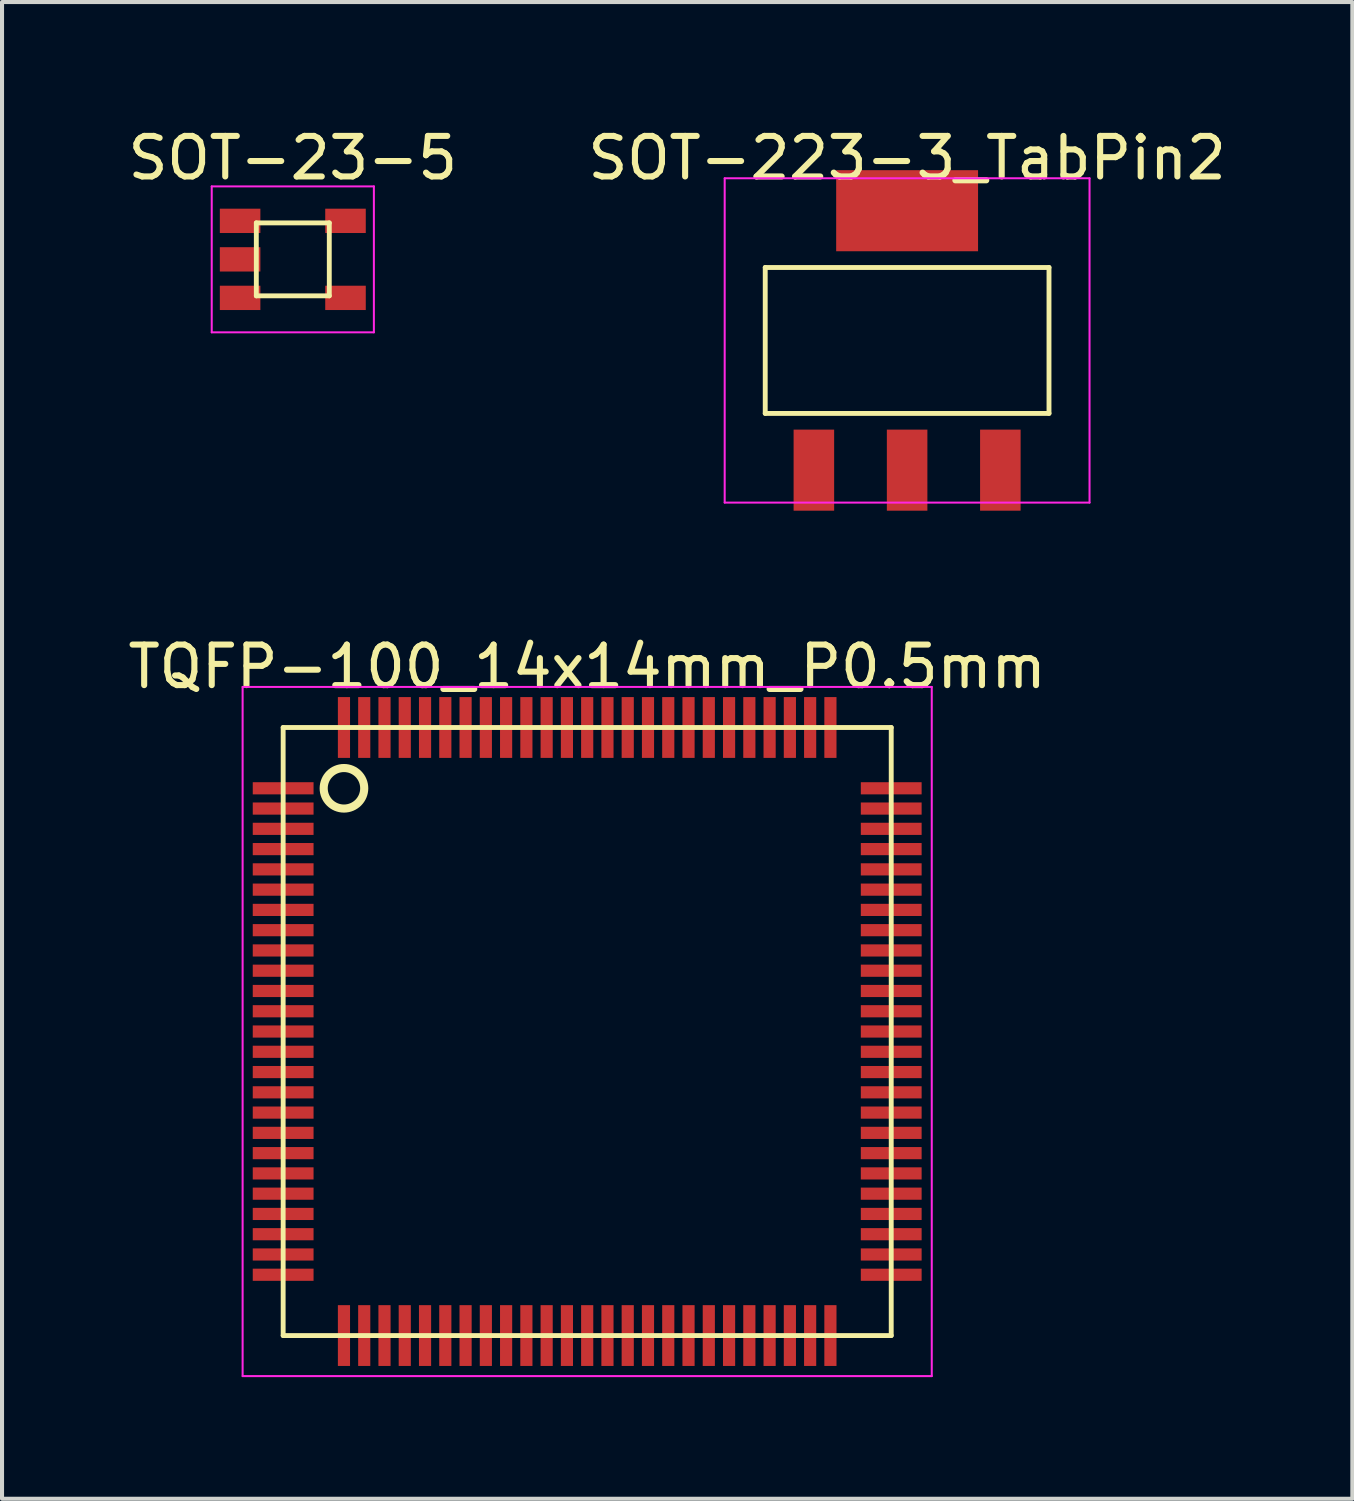
<source format=kicad_pcb>
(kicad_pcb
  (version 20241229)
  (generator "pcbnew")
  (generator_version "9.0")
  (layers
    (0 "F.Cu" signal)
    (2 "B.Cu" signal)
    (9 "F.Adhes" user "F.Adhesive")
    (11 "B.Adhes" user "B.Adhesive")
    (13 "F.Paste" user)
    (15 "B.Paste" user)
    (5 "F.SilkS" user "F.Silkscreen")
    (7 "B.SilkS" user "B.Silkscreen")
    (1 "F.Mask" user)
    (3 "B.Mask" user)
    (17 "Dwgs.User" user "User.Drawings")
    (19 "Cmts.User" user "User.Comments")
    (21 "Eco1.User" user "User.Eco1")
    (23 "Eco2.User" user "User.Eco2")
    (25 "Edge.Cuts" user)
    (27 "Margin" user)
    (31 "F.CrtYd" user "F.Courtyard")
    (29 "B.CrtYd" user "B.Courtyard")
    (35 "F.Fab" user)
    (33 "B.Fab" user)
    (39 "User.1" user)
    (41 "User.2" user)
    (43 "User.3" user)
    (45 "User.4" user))
  (footprint "SOT-223-3_TabPin2"
    (layer "F.Cu")
    (at 19.327 5.348)
    (property "Reference" "SOT-223-3_TabPin2" (at 0 -4.5 0) (layer "F.SilkS") (effects (font (size 1 1) (thickness 0.15))))
    (attr smd)
    (fp_line (start -3.5 -1.8) (end -3.5 1.8) (stroke (width 0.12) (type solid)) (layer "F.SilkS"))
    (fp_line (start -3.5 1.8) (end 3.5 1.8) (stroke (width 0.12) (type solid)) (layer "F.SilkS"))
    (fp_line (start 3.5 -1.8) (end -3.5 -1.8) (stroke (width 0.12) (type solid)) (layer "F.SilkS"))
    (fp_line (start 3.5 1.8) (end 3.5 -1.8) (stroke (width 0.12) (type solid)) (layer "F.SilkS"))
    (fp_line (start -4.5 -4) (end -4.5 4) (stroke (width 0.05) (type solid)) (layer "F.CrtYd"))
    (fp_line (start -4.5 4) (end 4.5 4) (stroke (width 0.05) (type solid)) (layer "F.CrtYd"))
    (fp_line (start 4.5 -4) (end -4.5 -4) (stroke (width 0.05) (type solid)) (layer "F.CrtYd"))
    (fp_line (start 4.5 4) (end 4.5 -4) (stroke (width 0.05) (type solid)) (layer "F.CrtYd"))
    (pad "1" smd rect (at -2.3 3.2) (size 1 2) (layers "F.Cu" "F.Mask" "F.Paste"))
    (pad "2" smd rect (at 0 -3.2) (size 3.5 2) (layers "F.Cu" "F.Mask" "F.Paste"))
    (pad "2" smd rect (at 0 3.2) (size 1 2) (layers "F.Cu" "F.Mask" "F.Paste"))
    (pad "3" smd rect (at 2.3 3.2) (size 1 2) (layers "F.Cu" "F.Mask" "F.Paste")))
  (footprint "TQFP-100_14x14mm_P0.5mm"
    (layer "F.Cu")
    (at 11.435 22.396)
    (property "Reference" "TQFP-100_14x14mm_P0.5mm" (at 0 -9 0) (layer "F.SilkS") (effects (font (size 1 1) (thickness 0.15))))
    (attr smd)
    (fp_line (start -7.5 -7.5) (end -7.5 7.5) (stroke (width 0.12) (type solid)) (layer "F.SilkS"))
    (fp_line (start -7.5 7.5) (end 7.5 7.5) (stroke (width 0.12) (type solid)) (layer "F.SilkS"))
    (fp_line (start 7.5 -7.5) (end -7.5 -7.5) (stroke (width 0.12) (type solid)) (layer "F.SilkS"))
    (fp_line (start 7.5 7.5) (end 7.5 -7.5) (stroke (width 0.12) (type solid)) (layer "F.SilkS"))
    (fp_circle (center -6 -6) (end -5.5 -6) (stroke (width 0.2) (type solid)) (fill no) (layer "F.SilkS"))
    (fp_line (start -8.5 -8.5) (end -8.5 8.5) (stroke (width 0.05) (type solid)) (layer "F.CrtYd"))
    (fp_line (start -8.5 8.5) (end 8.5 8.5) (stroke (width 0.05) (type solid)) (layer "F.CrtYd"))
    (fp_line (start 8.5 -8.5) (end -8.5 -8.5) (stroke (width 0.05) (type solid)) (layer "F.CrtYd"))
    (fp_line (start 8.5 8.5) (end 8.5 -8.5) (stroke (width 0.05) (type solid)) (layer "F.CrtYd"))
    (pad "1" smd rect (at -7.5 -6) (size 1.5 0.3) (layers "F.Cu" "F.Mask" "F.Paste"))
    (pad "2" smd rect (at -7.5 -5.5) (size 1.5 0.3) (layers "F.Cu" "F.Mask" "F.Paste"))
    (pad "3" smd rect (at -7.5 -5) (size 1.5 0.3) (layers "F.Cu" "F.Mask" "F.Paste"))
    (pad "4" smd rect (at -7.5 -4.5) (size 1.5 0.3) (layers "F.Cu" "F.Mask" "F.Paste"))
    (pad "5" smd rect (at -7.5 -4) (size 1.5 0.3) (layers "F.Cu" "F.Mask" "F.Paste"))
    (pad "6" smd rect (at -7.5 -3.5) (size 1.5 0.3) (layers "F.Cu" "F.Mask" "F.Paste"))
    (pad "7" smd rect (at -7.5 -3) (size 1.5 0.3) (layers "F.Cu" "F.Mask" "F.Paste"))
    (pad "8" smd rect (at -7.5 -2.5) (size 1.5 0.3) (layers "F.Cu" "F.Mask" "F.Paste"))
    (pad "9" smd rect (at -7.5 -2) (size 1.5 0.3) (layers "F.Cu" "F.Mask" "F.Paste"))
    (pad "10" smd rect (at -7.5 -1.5) (size 1.5 0.3) (layers "F.Cu" "F.Mask" "F.Paste"))
    (pad "11" smd rect (at -7.5 -1) (size 1.5 0.3) (layers "F.Cu" "F.Mask" "F.Paste"))
    (pad "12" smd rect (at -7.5 -0.5) (size 1.5 0.3) (layers "F.Cu" "F.Mask" "F.Paste"))
    (pad "13" smd rect (at -7.5 0) (size 1.5 0.3) (layers "F.Cu" "F.Mask" "F.Paste"))
    (pad "14" smd rect (at -7.5 0.5) (size 1.5 0.3) (layers "F.Cu" "F.Mask" "F.Paste"))
    (pad "15" smd rect (at -7.5 1) (size 1.5 0.3) (layers "F.Cu" "F.Mask" "F.Paste"))
    (pad "16" smd rect (at -7.5 1.5) (size 1.5 0.3) (layers "F.Cu" "F.Mask" "F.Paste"))
    (pad "17" smd rect (at -7.5 2) (size 1.5 0.3) (layers "F.Cu" "F.Mask" "F.Paste"))
    (pad "18" smd rect (at -7.5 2.5) (size 1.5 0.3) (layers "F.Cu" "F.Mask" "F.Paste"))
    (pad "19" smd rect (at -7.5 3) (size 1.5 0.3) (layers "F.Cu" "F.Mask" "F.Paste"))
    (pad "20" smd rect (at -7.5 3.5) (size 1.5 0.3) (layers "F.Cu" "F.Mask" "F.Paste"))
    (pad "21" smd rect (at -7.5 4) (size 1.5 0.3) (layers "F.Cu" "F.Mask" "F.Paste"))
    (pad "22" smd rect (at -7.5 4.5) (size 1.5 0.3) (layers "F.Cu" "F.Mask" "F.Paste"))
    (pad "23" smd rect (at -7.5 5) (size 1.5 0.3) (layers "F.Cu" "F.Mask" "F.Paste"))
    (pad "24" smd rect (at -7.5 5.5) (size 1.5 0.3) (layers "F.Cu" "F.Mask" "F.Paste"))
    (pad "25" smd rect (at -7.5 6) (size 1.5 0.3) (layers "F.Cu" "F.Mask" "F.Paste"))
    (pad "26" smd rect (at -6 7.5 90) (size 1.5 0.3) (layers "F.Cu" "F.Mask" "F.Paste"))
    (pad "27" smd rect (at -5.5 7.5 90) (size 1.5 0.3) (layers "F.Cu" "F.Mask" "F.Paste"))
    (pad "28" smd rect (at -5 7.5 90) (size 1.5 0.3) (layers "F.Cu" "F.Mask" "F.Paste"))
    (pad "29" smd rect (at -4.5 7.5 90) (size 1.5 0.3) (layers "F.Cu" "F.Mask" "F.Paste"))
    (pad "30" smd rect (at -4 7.5 90) (size 1.5 0.3) (layers "F.Cu" "F.Mask" "F.Paste"))
    (pad "31" smd rect (at -3.5 7.5 90) (size 1.5 0.3) (layers "F.Cu" "F.Mask" "F.Paste"))
    (pad "32" smd rect (at -3 7.5 90) (size 1.5 0.3) (layers "F.Cu" "F.Mask" "F.Paste"))
    (pad "33" smd rect (at -2.5 7.5 90) (size 1.5 0.3) (layers "F.Cu" "F.Mask" "F.Paste"))
    (pad "34" smd rect (at -2 7.5 90) (size 1.5 0.3) (layers "F.Cu" "F.Mask" "F.Paste"))
    (pad "35" smd rect (at -1.5 7.5 90) (size 1.5 0.3) (layers "F.Cu" "F.Mask" "F.Paste"))
    (pad "36" smd rect (at -1 7.5 90) (size 1.5 0.3) (layers "F.Cu" "F.Mask" "F.Paste"))
    (pad "37" smd rect (at -0.5 7.5 90) (size 1.5 0.3) (layers "F.Cu" "F.Mask" "F.Paste"))
    (pad "38" smd rect (at 0 7.5 90) (size 1.5 0.3) (layers "F.Cu" "F.Mask" "F.Paste"))
    (pad "39" smd rect (at 0.5 7.5 90) (size 1.5 0.3) (layers "F.Cu" "F.Mask" "F.Paste"))
    (pad "40" smd rect (at 1 7.5 90) (size 1.5 0.3) (layers "F.Cu" "F.Mask" "F.Paste"))
    (pad "41" smd rect (at 1.5 7.5 90) (size 1.5 0.3) (layers "F.Cu" "F.Mask" "F.Paste"))
    (pad "42" smd rect (at 2 7.5 90) (size 1.5 0.3) (layers "F.Cu" "F.Mask" "F.Paste"))
    (pad "43" smd rect (at 2.5 7.5 90) (size 1.5 0.3) (layers "F.Cu" "F.Mask" "F.Paste"))
    (pad "44" smd rect (at 3 7.5 90) (size 1.5 0.3) (layers "F.Cu" "F.Mask" "F.Paste"))
    (pad "45" smd rect (at 3.5 7.5 90) (size 1.5 0.3) (layers "F.Cu" "F.Mask" "F.Paste"))
    (pad "46" smd rect (at 4 7.5 90) (size 1.5 0.3) (layers "F.Cu" "F.Mask" "F.Paste"))
    (pad "47" smd rect (at 4.5 7.5 90) (size 1.5 0.3) (layers "F.Cu" "F.Mask" "F.Paste"))
    (pad "48" smd rect (at 5 7.5 90) (size 1.5 0.3) (layers "F.Cu" "F.Mask" "F.Paste"))
    (pad "49" smd rect (at 5.5 7.5 90) (size 1.5 0.3) (layers "F.Cu" "F.Mask" "F.Paste"))
    (pad "50" smd rect (at 6 7.5 90) (size 1.5 0.3) (layers "F.Cu" "F.Mask" "F.Paste"))
    (pad "51" smd rect (at 7.5 6) (size 1.5 0.3) (layers "F.Cu" "F.Mask" "F.Paste"))
    (pad "52" smd rect (at 7.5 5.5) (size 1.5 0.3) (layers "F.Cu" "F.Mask" "F.Paste"))
    (pad "53" smd rect (at 7.5 5) (size 1.5 0.3) (layers "F.Cu" "F.Mask" "F.Paste"))
    (pad "54" smd rect (at 7.5 4.5) (size 1.5 0.3) (layers "F.Cu" "F.Mask" "F.Paste"))
    (pad "55" smd rect (at 7.5 4) (size 1.5 0.3) (layers "F.Cu" "F.Mask" "F.Paste"))
    (pad "56" smd rect (at 7.5 3.5) (size 1.5 0.3) (layers "F.Cu" "F.Mask" "F.Paste"))
    (pad "57" smd rect (at 7.5 3) (size 1.5 0.3) (layers "F.Cu" "F.Mask" "F.Paste"))
    (pad "58" smd rect (at 7.5 2.5) (size 1.5 0.3) (layers "F.Cu" "F.Mask" "F.Paste"))
    (pad "59" smd rect (at 7.5 2) (size 1.5 0.3) (layers "F.Cu" "F.Mask" "F.Paste"))
    (pad "60" smd rect (at 7.5 1.5) (size 1.5 0.3) (layers "F.Cu" "F.Mask" "F.Paste"))
    (pad "61" smd rect (at 7.5 1) (size 1.5 0.3) (layers "F.Cu" "F.Mask" "F.Paste"))
    (pad "62" smd rect (at 7.5 0.5) (size 1.5 0.3) (layers "F.Cu" "F.Mask" "F.Paste"))
    (pad "63" smd rect (at 7.5 0) (size 1.5 0.3) (layers "F.Cu" "F.Mask" "F.Paste"))
    (pad "64" smd rect (at 7.5 -0.5) (size 1.5 0.3) (layers "F.Cu" "F.Mask" "F.Paste"))
    (pad "65" smd rect (at 7.5 -1) (size 1.5 0.3) (layers "F.Cu" "F.Mask" "F.Paste"))
    (pad "66" smd rect (at 7.5 -1.5) (size 1.5 0.3) (layers "F.Cu" "F.Mask" "F.Paste"))
    (pad "67" smd rect (at 7.5 -2) (size 1.5 0.3) (layers "F.Cu" "F.Mask" "F.Paste"))
    (pad "68" smd rect (at 7.5 -2.5) (size 1.5 0.3) (layers "F.Cu" "F.Mask" "F.Paste"))
    (pad "69" smd rect (at 7.5 -3) (size 1.5 0.3) (layers "F.Cu" "F.Mask" "F.Paste"))
    (pad "70" smd rect (at 7.5 -3.5) (size 1.5 0.3) (layers "F.Cu" "F.Mask" "F.Paste"))
    (pad "71" smd rect (at 7.5 -4) (size 1.5 0.3) (layers "F.Cu" "F.Mask" "F.Paste"))
    (pad "72" smd rect (at 7.5 -4.5) (size 1.5 0.3) (layers "F.Cu" "F.Mask" "F.Paste"))
    (pad "73" smd rect (at 7.5 -5) (size 1.5 0.3) (layers "F.Cu" "F.Mask" "F.Paste"))
    (pad "74" smd rect (at 7.5 -5.5) (size 1.5 0.3) (layers "F.Cu" "F.Mask" "F.Paste"))
    (pad "75" smd rect (at 7.5 -6) (size 1.5 0.3) (layers "F.Cu" "F.Mask" "F.Paste"))
    (pad "76" smd rect (at 6 -7.5 90) (size 1.5 0.3) (layers "F.Cu" "F.Mask" "F.Paste"))
    (pad "77" smd rect (at 5.5 -7.5 90) (size 1.5 0.3) (layers "F.Cu" "F.Mask" "F.Paste"))
    (pad "78" smd rect (at 5 -7.5 90) (size 1.5 0.3) (layers "F.Cu" "F.Mask" "F.Paste"))
    (pad "79" smd rect (at 4.5 -7.5 90) (size 1.5 0.3) (layers "F.Cu" "F.Mask" "F.Paste"))
    (pad "80" smd rect (at 4 -7.5 90) (size 1.5 0.3) (layers "F.Cu" "F.Mask" "F.Paste"))
    (pad "81" smd rect (at 3.5 -7.5 90) (size 1.5 0.3) (layers "F.Cu" "F.Mask" "F.Paste"))
    (pad "82" smd rect (at 3 -7.5 90) (size 1.5 0.3) (layers "F.Cu" "F.Mask" "F.Paste"))
    (pad "83" smd rect (at 2.5 -7.5 90) (size 1.5 0.3) (layers "F.Cu" "F.Mask" "F.Paste"))
    (pad "84" smd rect (at 2 -7.5 90) (size 1.5 0.3) (layers "F.Cu" "F.Mask" "F.Paste"))
    (pad "85" smd rect (at 1.5 -7.5 90) (size 1.5 0.3) (layers "F.Cu" "F.Mask" "F.Paste"))
    (pad "86" smd rect (at 1 -7.5 90) (size 1.5 0.3) (layers "F.Cu" "F.Mask" "F.Paste"))
    (pad "87" smd rect (at 0.5 -7.5 90) (size 1.5 0.3) (layers "F.Cu" "F.Mask" "F.Paste"))
    (pad "88" smd rect (at 0 -7.5 90) (size 1.5 0.3) (layers "F.Cu" "F.Mask" "F.Paste"))
    (pad "89" smd rect (at -0.5 -7.5 90) (size 1.5 0.3) (layers "F.Cu" "F.Mask" "F.Paste"))
    (pad "90" smd rect (at -1 -7.5 90) (size 1.5 0.3) (layers "F.Cu" "F.Mask" "F.Paste"))
    (pad "91" smd rect (at -1.5 -7.5 90) (size 1.5 0.3) (layers "F.Cu" "F.Mask" "F.Paste"))
    (pad "92" smd rect (at -2 -7.5 90) (size 1.5 0.3) (layers "F.Cu" "F.Mask" "F.Paste"))
    (pad "93" smd rect (at -2.5 -7.5 90) (size 1.5 0.3) (layers "F.Cu" "F.Mask" "F.Paste"))
    (pad "94" smd rect (at -3 -7.5 90) (size 1.5 0.3) (layers "F.Cu" "F.Mask" "F.Paste"))
    (pad "95" smd rect (at -3.5 -7.5 90) (size 1.5 0.3) (layers "F.Cu" "F.Mask" "F.Paste"))
    (pad "96" smd rect (at -4 -7.5 90) (size 1.5 0.3) (layers "F.Cu" "F.Mask" "F.Paste"))
    (pad "97" smd rect (at -4.5 -7.5 90) (size 1.5 0.3) (layers "F.Cu" "F.Mask" "F.Paste"))
    (pad "98" smd rect (at -5 -7.5 90) (size 1.5 0.3) (layers "F.Cu" "F.Mask" "F.Paste"))
    (pad "99" smd rect (at -5.5 -7.5 90) (size 1.5 0.3) (layers "F.Cu" "F.Mask" "F.Paste"))
    (pad "100" smd rect (at -6 -7.5 90) (size 1.5 0.3) (layers "F.Cu" "F.Mask" "F.Paste")))
  (footprint "SOT-23-5"
    (layer "F.Cu")
    (at 4.173 3.348)
    (property "Reference" "SOT-23-5" (at 0 -2.5 0) (layer "F.SilkS") (effects (font (size 1 1) (thickness 0.15))))
    (attr smd)
    (fp_line (start -0.9 -0.9) (end -0.9 0.9) (stroke (width 0.12) (type solid)) (layer "F.SilkS"))
    (fp_line (start -0.9 0.9) (end 0.9 0.9) (stroke (width 0.12) (type solid)) (layer "F.SilkS"))
    (fp_line (start 0.9 -0.9) (end -0.9 -0.9) (stroke (width 0.12) (type solid)) (layer "F.SilkS"))
    (fp_line (start 0.9 0.9) (end 0.9 -0.9) (stroke (width 0.12) (type solid)) (layer "F.SilkS"))
    (fp_line (start -2 -1.8) (end -2 1.8) (stroke (width 0.05) (type solid)) (layer "F.CrtYd"))
    (fp_line (start -2 1.8) (end 2 1.8) (stroke (width 0.05) (type solid)) (layer "F.CrtYd"))
    (fp_line (start 2 -1.8) (end -2 -1.8) (stroke (width 0.05) (type solid)) (layer "F.CrtYd"))
    (fp_line (start 2 1.8) (end 2 -1.8) (stroke (width 0.05) (type solid)) (layer "F.CrtYd"))
    (pad "1" smd rect (at -1.3 -0.95) (size 1 0.6) (layers "F.Cu" "F.Mask" "F.Paste"))
    (pad "2" smd rect (at -1.3 0) (size 1 0.6) (layers "F.Cu" "F.Mask" "F.Paste"))
    (pad "3" smd rect (at -1.3 0.95) (size 1 0.6) (layers "F.Cu" "F.Mask" "F.Paste"))
    (pad "4" smd rect (at 1.3 0.95) (size 1 0.6) (layers "F.Cu" "F.Mask" "F.Paste"))
    (pad "5" smd rect (at 1.3 -0.95) (size 1 0.6) (layers "F.Cu" "F.Mask" "F.Paste")))
  (gr_rect
    (start -3 -3)
    (end 30.31 33.922)
    (stroke (width 0.1) (type default))
    (fill no)
    (layer "Edge.Cuts")))
</source>
